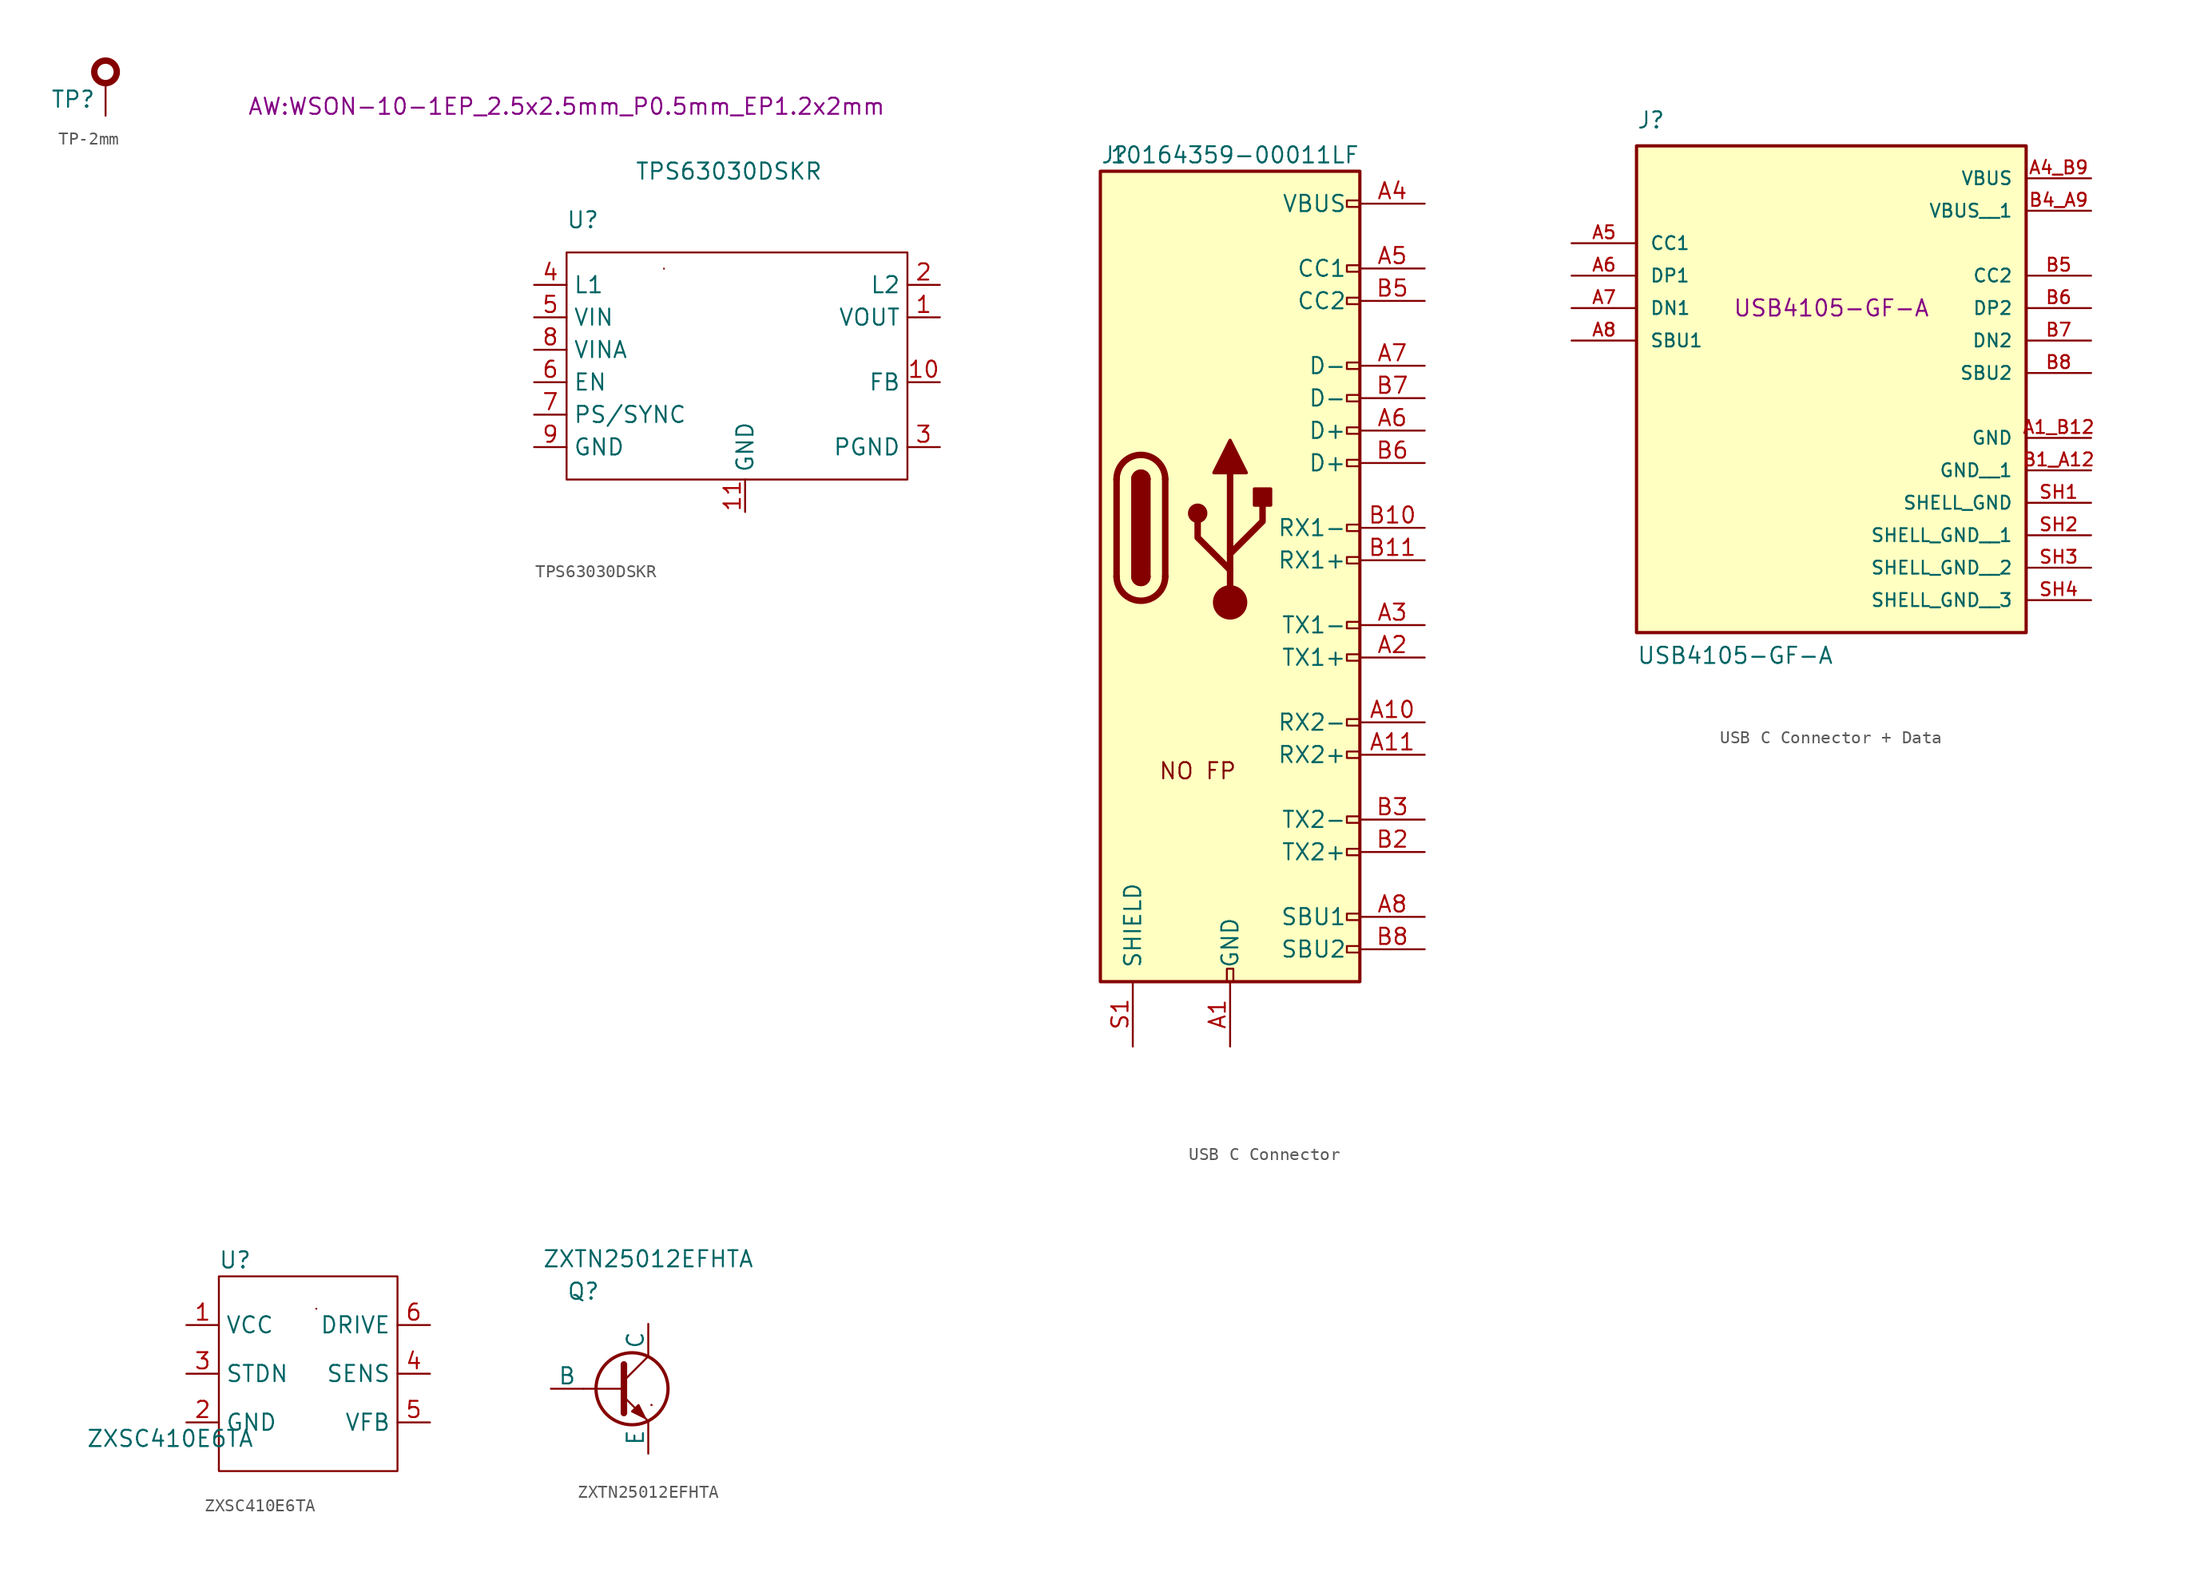
<source format=kicad_sym>
(kicad_symbol_lib
  (version 20231120)
  (generator "kicad_symbol_editor")
  (generator_version "8.0")
  (symbol "TP-2mm"
    (pin_numbers hide)
    (pin_names hide)
    (property "Reference" "TP"
      (at -2.54 -1.27 0)
      (effects (font (size 1.27 1.27))))
    (symbol "TP-2mm_1_1"
      (circle (center -0.005 0.882) (radius 0.882) (stroke (width 0.5) (type default)) (fill (type none)))
      (pin passive line (at 0 -2.54 90) (length 2.54) (name "1" (effects (font (size 1.27 1.27)))) (number "1" (effects (font (size 1.27 1.27)))))))
  (symbol "TPS63030DSKR"
    (property "Reference" "U"
      (at 1.27 5.08 0)
      (effects (font (size 1.27 1.27))))
    (property "Value" "TPS63030DSKR"
      (at 12.7 8.89 0)
      (effects (font (size 1.27 1.27))))
    (property "Footprint" "AW:WSON-10-1EP_2.5x2.5mm_P0.5mm_EP1.2x2mm"
      (at 0 13.97 0)
      (effects (font (size 1.27 1.27))))
    (symbol "TPS63030DSKR_0_1"
      (rectangle (start 0 2.54) (end 26.67 -15.24) (stroke (width 0) (type default)) (fill (type none)))
      (rectangle (start 7.62 1.27) (end 7.62 1.27) (stroke (width 0) (type default)) (fill (type none))))
    (symbol "TPS63030DSKR_1_1"
      (pin power_out line (at 29.21 -2.54 180) (length 2.54) (name "VOUT" (effects (font (size 1.27 1.27)))) (number "1" (effects (font (size 1.27 1.27)))))
      (pin passive line (at 29.21 -7.62 180) (length 2.54) (name "FB" (effects (font (size 1.27 1.27)))) (number "10" (effects (font (size 1.27 1.27)))))
      (pin power_in line (at 13.97 -17.78 90) (length 2.54) (name "GND" (effects (font (size 1.27 1.27)))) (number "11" (effects (font (size 1.27 1.27)))))
      (pin passive line (at 29.21 0 180) (length 2.54) (name "L2" (effects (font (size 1.27 1.27)))) (number "2" (effects (font (size 1.27 1.27)))))
      (pin power_in line (at 29.21 -12.7 180) (length 2.54) (name "PGND" (effects (font (size 1.27 1.27)))) (number "3" (effects (font (size 1.27 1.27)))))
      (pin passive line (at -2.54 0 0) (length 2.54) (name "L1" (effects (font (size 1.27 1.27)))) (number "4" (effects (font (size 1.27 1.27)))))
      (pin power_in line (at -2.54 -2.54 0) (length 2.54) (name "VIN" (effects (font (size 1.27 1.27)))) (number "5" (effects (font (size 1.27 1.27)))))
      (pin input line (at -2.54 -7.62 0) (length 2.54) (name "EN" (effects (font (size 1.27 1.27)))) (number "6" (effects (font (size 1.27 1.27)))))
      (pin passive line (at -2.54 -10.16 0) (length 2.54) (name "PS/SYNC" (effects (font (size 1.27 1.27)))) (number "7" (effects (font (size 1.27 1.27)))))
      (pin power_in line (at -2.54 -5.08 0) (length 2.54) (name "VINA" (effects (font (size 1.27 1.27)))) (number "8" (effects (font (size 1.27 1.27)))))
      (pin power_in line (at -2.54 -12.7 0) (length 2.54) (name "GND" (effects (font (size 1.27 1.27)))) (number "9" (effects (font (size 1.27 1.27)))))))
  (symbol "USB C Connector"
    (pin_names
      (offset 1.016))
    (property "Reference" "J"
      (at -10.16 29.21 0)
      (effects (font (size 1.27 1.27)) (justify left)))
    (property "Value" "10164359-00011LF"
      (at 10.16 29.21 0)
      (effects (font (size 1.27 1.27)) (justify right)))
    (symbol "USB C Connector_0_0"
      (rectangle (start -0.254 -35.56) (end 0.254 -34.544) (stroke (width 0) (type default)) (fill (type none)))
      (rectangle (start 10.16 -32.766) (end 9.144 -33.274) (stroke (width 0) (type default)) (fill (type none)))
      (rectangle (start 10.16 -30.226) (end 9.144 -30.734) (stroke (width 0) (type default)) (fill (type none)))
      (rectangle (start 10.16 -25.146) (end 9.144 -25.654) (stroke (width 0) (type default)) (fill (type none)))
      (rectangle (start 10.16 -22.606) (end 9.144 -23.114) (stroke (width 0) (type default)) (fill (type none)))
      (rectangle (start 10.16 -17.526) (end 9.144 -18.034) (stroke (width 0) (type default)) (fill (type none)))
      (rectangle (start 10.16 -14.986) (end 9.144 -15.494) (stroke (width 0) (type default)) (fill (type none)))
      (rectangle (start 10.16 -9.906) (end 9.144 -10.414) (stroke (width 0) (type default)) (fill (type none)))
      (rectangle (start 10.16 -7.366) (end 9.144 -7.874) (stroke (width 0) (type default)) (fill (type none)))
      (rectangle (start 10.16 -2.286) (end 9.144 -2.794) (stroke (width 0) (type default)) (fill (type none)))
      (rectangle (start 10.16 0.254) (end 9.144 -0.254) (stroke (width 0) (type default)) (fill (type none)))
      (rectangle (start 10.16 5.334) (end 9.144 4.826) (stroke (width 0) (type default)) (fill (type none)))
      (rectangle (start 10.16 7.874) (end 9.144 7.366) (stroke (width 0) (type default)) (fill (type none)))
      (rectangle (start 10.16 10.414) (end 9.144 9.906) (stroke (width 0) (type default)) (fill (type none)))
      (rectangle (start 10.16 12.954) (end 9.144 12.446) (stroke (width 0) (type default)) (fill (type none)))
      (rectangle (start 10.16 18.034) (end 9.144 17.526) (stroke (width 0) (type default)) (fill (type none)))
      (rectangle (start 10.16 20.574) (end 9.144 20.066) (stroke (width 0) (type default)) (fill (type none)))
      (rectangle (start 10.16 25.654) (end 9.144 25.146) (stroke (width 0) (type default)) (fill (type none))))
    (symbol "USB C Connector_0_1"
      (rectangle (start -10.16 27.94) (end 10.16 -35.56) (stroke (width 0.254) (type default)) (fill (type background)))
      (arc (start -8.89 -3.81) (mid -6.985 -5.7067) (end -5.08 -3.81) (stroke (width 0.508) (type default)) (fill (type none)))
      (arc (start -7.62 -3.81) (mid -6.985 -4.4423) (end -6.35 -3.81) (stroke (width 0.254) (type default)) (fill (type none)))
      (arc (start -7.62 -3.81) (mid -6.985 -4.4423) (end -6.35 -3.81) (stroke (width 0.254) (type default)) (fill (type outline)))
      (rectangle (start -7.62 -3.81) (end -6.35 3.81) (stroke (width 0.254) (type default)) (fill (type outline)))
      (arc (start -6.35 3.81) (mid -6.985 4.4423) (end -7.62 3.81) (stroke (width 0.254) (type default)) (fill (type none)))
      (arc (start -6.35 3.81) (mid -6.985 4.4423) (end -7.62 3.81) (stroke (width 0.254) (type default)) (fill (type outline)))
      (arc (start -5.08 3.81) (mid -6.985 5.7067) (end -8.89 3.81) (stroke (width 0.508) (type default)) (fill (type none)))
      (polyline (pts (xy -8.89 -3.81) (xy -8.89 3.81)) (stroke (width 0.508) (type default)) (fill (type none)))
      (polyline (pts (xy -5.08 3.81) (xy -5.08 -3.81)) (stroke (width 0.508) (type default)) (fill (type none))))
    (symbol "USB C Connector_1_1"
      (circle (center -2.54 1.143) (radius 0.635) (stroke (width 0.254) (type default)) (fill (type outline)))
      (circle (center 0 -5.842) (radius 1.27) (stroke (width 0) (type default)) (fill (type outline)))
      (polyline (pts (xy 0 -5.842) (xy 0 4.318)) (stroke (width 0.508) (type default)) (fill (type none)))
      (polyline (pts (xy 0 -3.302) (xy -2.54 -0.762) (xy -2.54 0.508)) (stroke (width 0.508) (type default)) (fill (type none)))
      (polyline (pts (xy 0 -2.032) (xy 2.54 0.508) (xy 2.54 1.778)) (stroke (width 0.508) (type default)) (fill (type none)))
      (polyline (pts (xy -1.27 4.318) (xy 0 6.858) (xy 1.27 4.318) (xy -1.27 4.318)) (stroke (width 0.254) (type default)) (fill (type outline)))
      (rectangle (start 1.905 1.778) (end 3.175 3.048) (stroke (width 0.254) (type default)) (fill (type outline)))
      (text "NO FP" (at -2.54 -19.05 0) (effects (font (size 1.27 1.27))))
      (pin passive line (at 0 -40.64 90) (length 5.08) (name "GND" (effects (font (size 1.27 1.27)))) (number "A1" (effects (font (size 1.27 1.27)))))
      (pin bidirectional line (at 15.24 -15.24 180) (length 5.08) (name "RX2-" (effects (font (size 1.27 1.27)))) (number "A10" (effects (font (size 1.27 1.27)))))
      (pin bidirectional line (at 15.24 -17.78 180) (length 5.08) (name "RX2+" (effects (font (size 1.27 1.27)))) (number "A11" (effects (font (size 1.27 1.27)))))
      (pin passive line (at 0 -40.64 90) (length 5.08) hide (name "GND" (effects (font (size 1.27 1.27)))) (number "A12" (effects (font (size 1.27 1.27)))))
      (pin bidirectional line (at 15.24 -10.16 180) (length 5.08) (name "TX1+" (effects (font (size 1.27 1.27)))) (number "A2" (effects (font (size 1.27 1.27)))))
      (pin bidirectional line (at 15.24 -7.62 180) (length 5.08) (name "TX1-" (effects (font (size 1.27 1.27)))) (number "A3" (effects (font (size 1.27 1.27)))))
      (pin passive line (at 15.24 25.4 180) (length 5.08) (name "VBUS" (effects (font (size 1.27 1.27)))) (number "A4" (effects (font (size 1.27 1.27)))))
      (pin bidirectional line (at 15.24 20.32 180) (length 5.08) (name "CC1" (effects (font (size 1.27 1.27)))) (number "A5" (effects (font (size 1.27 1.27)))))
      (pin bidirectional line (at 15.24 7.62 180) (length 5.08) (name "D+" (effects (font (size 1.27 1.27)))) (number "A6" (effects (font (size 1.27 1.27)))))
      (pin bidirectional line (at 15.24 12.7 180) (length 5.08) (name "D-" (effects (font (size 1.27 1.27)))) (number "A7" (effects (font (size 1.27 1.27)))))
      (pin bidirectional line (at 15.24 -30.48 180) (length 5.08) (name "SBU1" (effects (font (size 1.27 1.27)))) (number "A8" (effects (font (size 1.27 1.27)))))
      (pin passive line (at 15.24 25.4 180) (length 5.08) hide (name "VBUS" (effects (font (size 1.27 1.27)))) (number "A9" (effects (font (size 1.27 1.27)))))
      (pin passive line (at 0 -40.64 90) (length 5.08) hide (name "GND" (effects (font (size 1.27 1.27)))) (number "B1" (effects (font (size 1.27 1.27)))))
      (pin bidirectional line (at 15.24 0 180) (length 5.08) (name "RX1-" (effects (font (size 1.27 1.27)))) (number "B10" (effects (font (size 1.27 1.27)))))
      (pin bidirectional line (at 15.24 -2.54 180) (length 5.08) (name "RX1+" (effects (font (size 1.27 1.27)))) (number "B11" (effects (font (size 1.27 1.27)))))
      (pin passive line (at 0 -40.64 90) (length 5.08) hide (name "GND" (effects (font (size 1.27 1.27)))) (number "B12" (effects (font (size 1.27 1.27)))))
      (pin bidirectional line (at 15.24 -25.4 180) (length 5.08) (name "TX2+" (effects (font (size 1.27 1.27)))) (number "B2" (effects (font (size 1.27 1.27)))))
      (pin bidirectional line (at 15.24 -22.86 180) (length 5.08) (name "TX2-" (effects (font (size 1.27 1.27)))) (number "B3" (effects (font (size 1.27 1.27)))))
      (pin passive line (at 15.24 25.4 180) (length 5.08) hide (name "VBUS" (effects (font (size 1.27 1.27)))) (number "B4" (effects (font (size 1.27 1.27)))))
      (pin bidirectional line (at 15.24 17.78 180) (length 5.08) (name "CC2" (effects (font (size 1.27 1.27)))) (number "B5" (effects (font (size 1.27 1.27)))))
      (pin bidirectional line (at 15.24 5.08 180) (length 5.08) (name "D+" (effects (font (size 1.27 1.27)))) (number "B6" (effects (font (size 1.27 1.27)))))
      (pin bidirectional line (at 15.24 10.16 180) (length 5.08) (name "D-" (effects (font (size 1.27 1.27)))) (number "B7" (effects (font (size 1.27 1.27)))))
      (pin bidirectional line (at 15.24 -33.02 180) (length 5.08) (name "SBU2" (effects (font (size 1.27 1.27)))) (number "B8" (effects (font (size 1.27 1.27)))))
      (pin passive line (at 15.24 25.4 180) (length 5.08) hide (name "VBUS" (effects (font (size 1.27 1.27)))) (number "B9" (effects (font (size 1.27 1.27)))))
      (pin passive line (at -7.62 -40.64 90) (length 5.08) (name "SHIELD" (effects (font (size 1.27 1.27)))) (number "S1" (effects (font (size 1.27 1.27)))))))
  (symbol "USB C Connector + Data"
    (pin_names
      (offset 1.016))
    (property "Reference" "J"
      (at -15.24 13.97 0)
      (effects (font (size 1.27 1.27)) (justify left bottom)))
    (property "Value" "USB4105-GF-A"
      (at -15.24 -27.94 0)
      (effects (font (size 1.27 1.27)) (justify left bottom)))
    (property "MPN" "USB4105-GF-A"
      (at 0 0 0)
      (effects (font (size 1.27 1.27))))
    (symbol "USB C Connector + Data_0_0"
      (rectangle (start -15.24 -25.4) (end 15.24 12.7) (stroke (width 0.254) (type default)) (fill (type background)))
      (pin power_in line (at 20.32 -10.16 180) (length 5.08) (name "GND" (effects (font (size 1.016 1.016)))) (number "A1_B12" (effects (font (size 1.016 1.016)))))
      (pin power_in line (at 20.32 10.16 180) (length 5.08) (name "VBUS" (effects (font (size 1.016 1.016)))) (number "A4_B9" (effects (font (size 1.016 1.016)))))
      (pin bidirectional line (at -20.32 5.08 0) (length 5.08) (name "CC1" (effects (font (size 1.016 1.016)))) (number "A5" (effects (font (size 1.016 1.016)))))
      (pin bidirectional line (at -20.32 2.54 0) (length 5.08) (name "DP1" (effects (font (size 1.016 1.016)))) (number "A6" (effects (font (size 1.016 1.016)))))
      (pin bidirectional line (at -20.32 0 0) (length 5.08) (name "DN1" (effects (font (size 1.016 1.016)))) (number "A7" (effects (font (size 1.016 1.016)))))
      (pin bidirectional line (at -20.32 -2.54 0) (length 5.08) (name "SBU1" (effects (font (size 1.016 1.016)))) (number "A8" (effects (font (size 1.016 1.016)))))
      (pin power_in line (at 20.32 -12.7 180) (length 5.08) (name "GND__1" (effects (font (size 1.016 1.016)))) (number "B1_A12" (effects (font (size 1.016 1.016)))))
      (pin power_in line (at 20.32 7.62 180) (length 5.08) (name "VBUS__1" (effects (font (size 1.016 1.016)))) (number "B4_A9" (effects (font (size 1.016 1.016)))))
      (pin bidirectional line (at 20.32 2.54 180) (length 5.08) (name "CC2" (effects (font (size 1.016 1.016)))) (number "B5" (effects (font (size 1.016 1.016)))))
      (pin bidirectional line (at 20.32 0 180) (length 5.08) (name "DP2" (effects (font (size 1.016 1.016)))) (number "B6" (effects (font (size 1.016 1.016)))))
      (pin bidirectional line (at 20.32 -2.54 180) (length 5.08) (name "DN2" (effects (font (size 1.016 1.016)))) (number "B7" (effects (font (size 1.016 1.016)))))
      (pin bidirectional line (at 20.32 -5.08 180) (length 5.08) (name "SBU2" (effects (font (size 1.016 1.016)))) (number "B8" (effects (font (size 1.016 1.016)))))
      (pin power_in line (at 20.32 -15.24 180) (length 5.08) (name "SHELL_GND" (effects (font (size 1.016 1.016)))) (number "SH1" (effects (font (size 1.016 1.016)))))
      (pin power_in line (at 20.32 -17.78 180) (length 5.08) (name "SHELL_GND__1" (effects (font (size 1.016 1.016)))) (number "SH2" (effects (font (size 1.016 1.016)))))
      (pin power_in line (at 20.32 -20.32 180) (length 5.08) (name "SHELL_GND__2" (effects (font (size 1.016 1.016)))) (number "SH3" (effects (font (size 1.016 1.016)))))
      (pin power_in line (at 20.32 -22.86 180) (length 5.08) (name "SHELL_GND__3" (effects (font (size 1.016 1.016)))) (number "SH4" (effects (font (size 1.016 1.016)))))))
  (symbol "ZXSC410E6TA"
    (property "Reference" "U"
      (at 1.27 5.08 0)
      (effects (font (size 1.27 1.27))))
    (property "Value" "ZXSC410E6TA"
      (at -3.81 -8.89 0)
      (effects (font (size 1.27 1.27))))
    (symbol "ZXSC410E6TA_0_1"
      (rectangle (start 0 3.81) (end 13.97 -11.43) (stroke (width 0) (type default)) (fill (type none)))
      (rectangle (start 7.62 1.27) (end 7.62 1.27) (stroke (width 0) (type default)) (fill (type none))))
    (symbol "ZXSC410E6TA_1_1"
      (pin power_in line (at -2.54 0 0) (length 2.54) (name "VCC" (effects (font (size 1.27 1.27)))) (number "1" (effects (font (size 1.27 1.27)))))
      (pin power_in line (at -2.54 -7.62 0) (length 2.54) (name "GND" (effects (font (size 1.27 1.27)))) (number "2" (effects (font (size 1.27 1.27)))))
      (pin input line (at -2.54 -3.81 0) (length 2.54) (name "STDN" (effects (font (size 1.27 1.27)))) (number "3" (effects (font (size 1.27 1.27)))))
      (pin input line (at 16.51 -3.81 180) (length 2.54) (name "SENS" (effects (font (size 1.27 1.27)))) (number "4" (effects (font (size 1.27 1.27)))))
      (pin input line (at 16.51 -7.62 180) (length 2.54) (name "VFB" (effects (font (size 1.27 1.27)))) (number "5" (effects (font (size 1.27 1.27)))))
      (pin passive line (at 16.51 0 180) (length 2.54) (name "DRIVE" (effects (font (size 1.27 1.27)))) (number "6" (effects (font (size 1.27 1.27)))))))
  (symbol "ZXTN25012EFHTA"
    (pin_numbers hide)
    (pin_names
      (offset 0))
    (property "Reference" "Q"
      (at -2.54 7.62 0)
      (effects (font (size 1.27 1.27))))
    (property "Value" "ZXTN25012EFHTA"
      (at 2.54 10.16 0)
      (effects (font (size 1.27 1.27))))
    (symbol "ZXTN25012EFHTA_0_1"
      (polyline (pts (xy -2.54 0) (xy 0.635 0)) (stroke (width 0.152) (type default)) (fill (type none)))
      (polyline (pts (xy 0.635 0.635) (xy 2.54 2.54)) (stroke (width 0) (type default)) (fill (type none)))
      (polyline (pts (xy 2.794 -1.27) (xy 2.794 -1.27)) (stroke (width 0.152) (type default)) (fill (type none)))
      (polyline (pts (xy 2.794 -1.27) (xy 2.794 -1.27)) (stroke (width 0.152) (type default)) (fill (type none)))
      (polyline (pts (xy 0.635 -0.635) (xy 2.54 -2.54) (xy 2.54 -2.54)) (stroke (width 0) (type default)) (fill (type none)))
      (polyline (pts (xy 0.635 1.905) (xy 0.635 -1.905) (xy 0.635 -1.905)) (stroke (width 0.508) (type default)) (fill (type none)))
      (polyline (pts (xy 1.27 -1.778) (xy 1.778 -1.27) (xy 2.286 -2.286) (xy 1.27 -1.778) (xy 1.27 -1.778)) (stroke (width 0) (type default)) (fill (type outline)))
      (circle (center 1.27 0) (radius 2.819) (stroke (width 0.254) (type default)) (fill (type none))))
    (symbol "ZXTN25012EFHTA_1_1"
      (pin input line (at -5.08 0 0) (length 2.54) (name "B" (effects (font (size 1.27 1.27)))) (number "1" (effects (font (size 1.27 1.27)))))
      (pin open_emitter line (at 2.54 -5.08 90) (length 2.54) (name "E" (effects (font (size 1.27 1.27)))) (number "2" (effects (font (size 1.27 1.27)))))
      (pin open_collector line (at 2.54 5.08 270) (length 2.54) (name "C" (effects (font (size 1.27 1.27)))) (number "3" (effects (font (size 1.27 1.27))))))))
</source>
